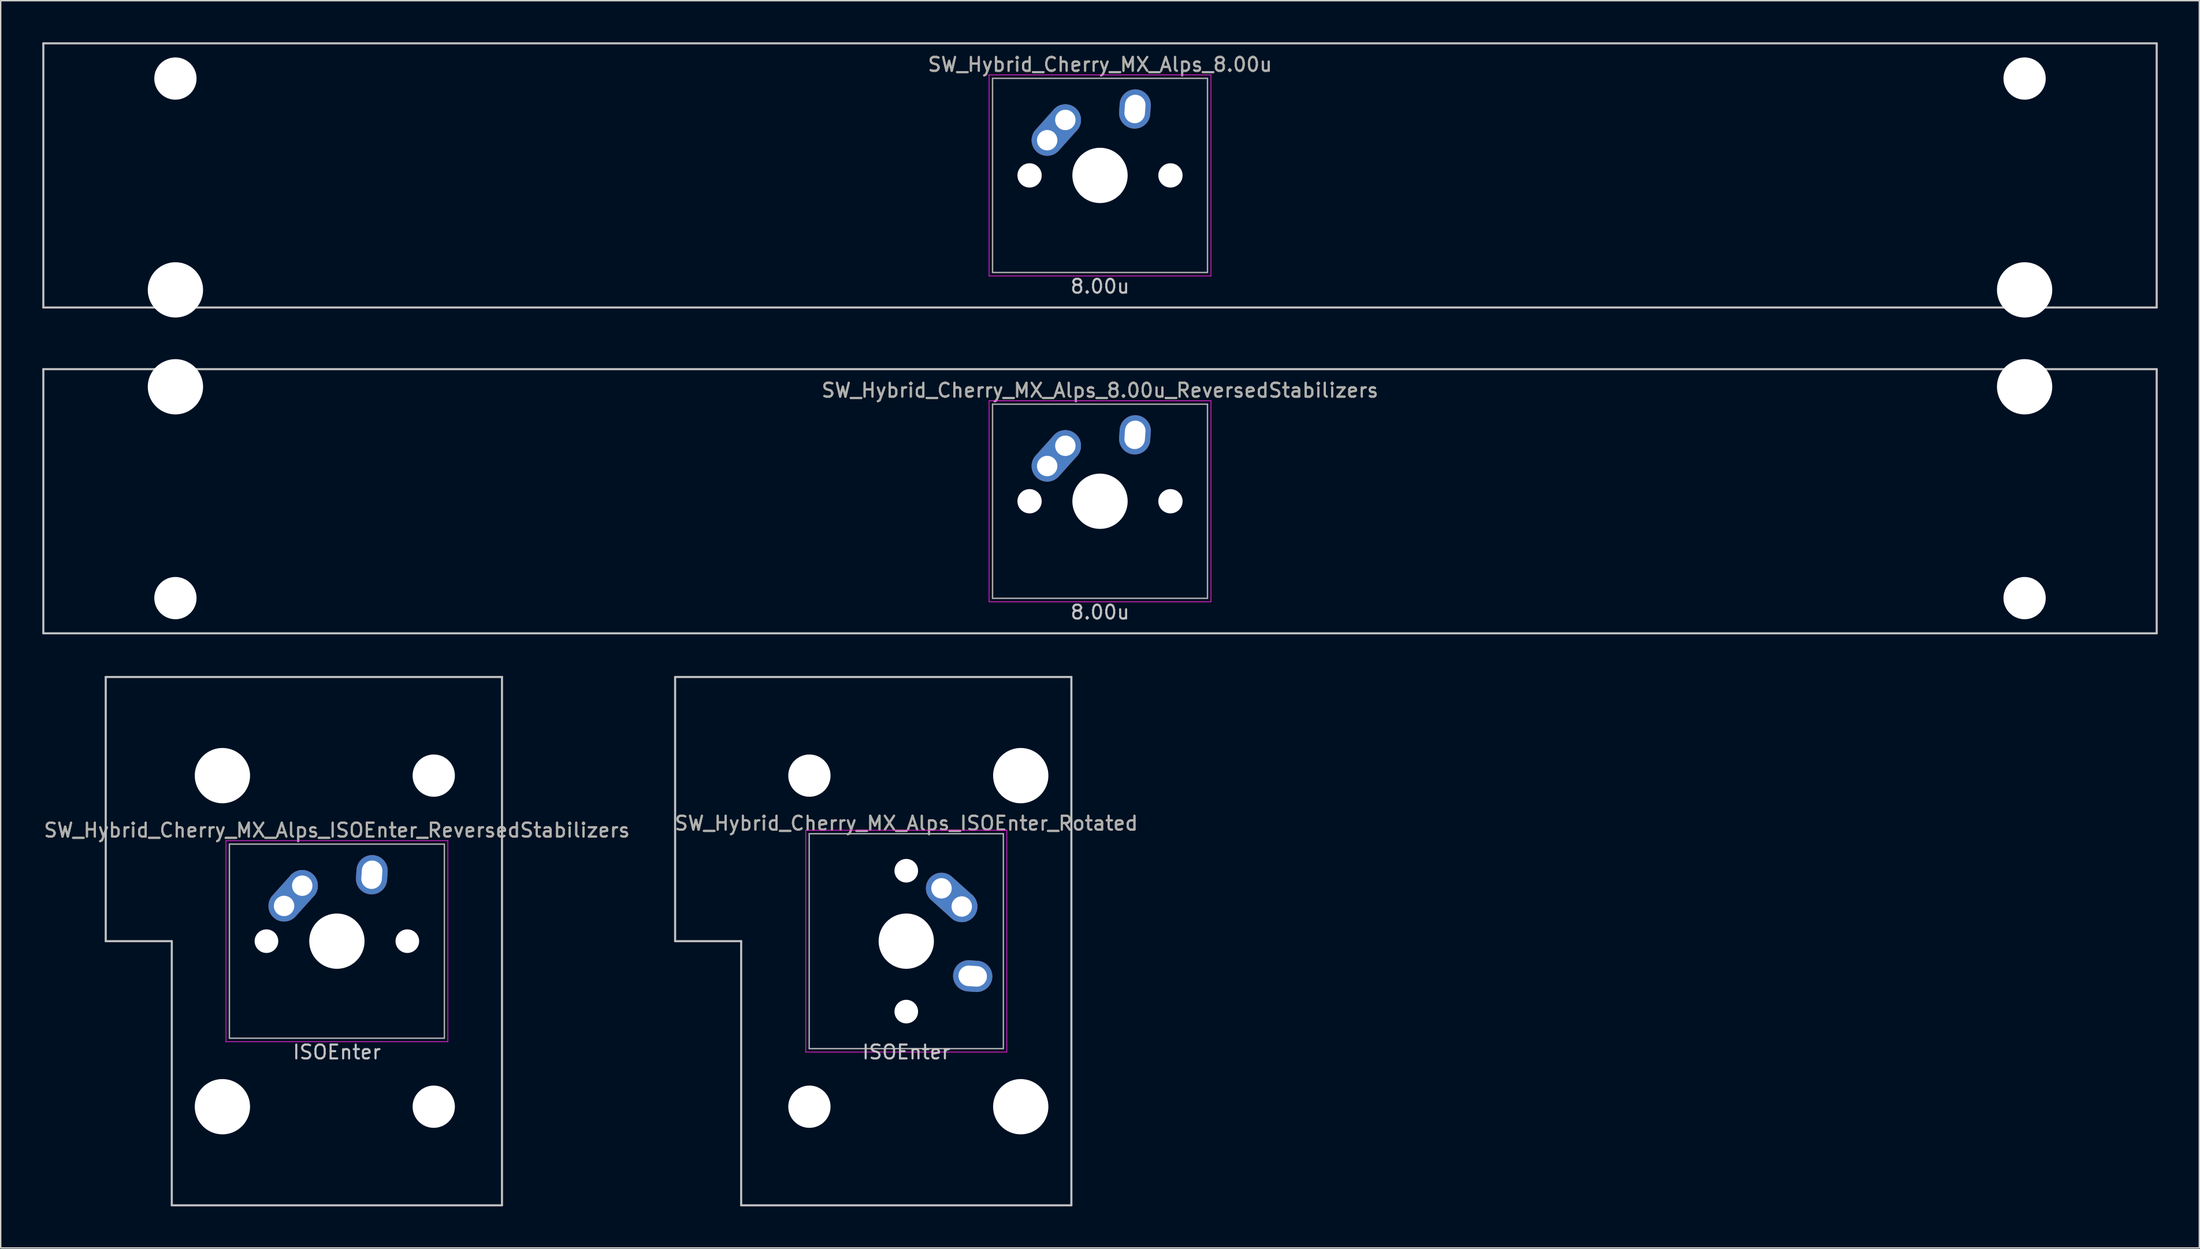
<source format=kicad_pcb>
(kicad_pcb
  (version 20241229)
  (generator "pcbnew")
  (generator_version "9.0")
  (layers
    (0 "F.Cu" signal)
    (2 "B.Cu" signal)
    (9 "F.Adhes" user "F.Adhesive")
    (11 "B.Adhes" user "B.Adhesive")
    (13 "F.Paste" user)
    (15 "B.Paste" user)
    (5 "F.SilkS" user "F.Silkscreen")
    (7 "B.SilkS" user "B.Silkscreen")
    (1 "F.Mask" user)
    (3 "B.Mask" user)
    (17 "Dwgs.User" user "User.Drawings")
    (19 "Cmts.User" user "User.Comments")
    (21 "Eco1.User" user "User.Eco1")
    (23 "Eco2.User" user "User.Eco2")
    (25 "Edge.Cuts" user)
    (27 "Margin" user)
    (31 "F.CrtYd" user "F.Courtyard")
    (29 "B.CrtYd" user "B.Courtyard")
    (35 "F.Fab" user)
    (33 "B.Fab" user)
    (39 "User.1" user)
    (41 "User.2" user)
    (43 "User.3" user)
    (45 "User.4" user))
  (footprint "SW_Hybrid_Cherry_MX_Alps_8.00u"
    (layer "F.Cu")
    (at 76.275 9.6)
    (property "Reference" "SW_Hybrid_Cherry_MX_Alps_8.00u" (at 0 -8 0) (layer "F.SilkS") (effects (font (size 1 1) (thickness 0.15))))
    (attr through_hole)
    (fp_line (start -76.2 -9.525) (end 76.2 -9.525) (stroke (width 0.15) (type solid)) (layer "Dwgs.User"))
    (fp_line (start -76.2 9.525) (end -76.2 -9.525) (stroke (width 0.15) (type solid)) (layer "Dwgs.User"))
    (fp_line (start -76.2 9.525) (end 76.2 9.525) (stroke (width 0.15) (type solid)) (layer "Dwgs.User"))
    (fp_line (start 76.2 -9.525) (end 76.2 9.525) (stroke (width 0.15) (type solid)) (layer "Dwgs.User"))
    (fp_line (start -8 -7.25) (end 8 -7.25) (stroke (width 0.05) (type solid)) (layer "F.CrtYd"))
    (fp_line (start -8 7.25) (end -8 -7.25) (stroke (width 0.05) (type solid)) (layer "F.CrtYd"))
    (fp_line (start 8 -7.25) (end 8 7.25) (stroke (width 0.05) (type solid)) (layer "F.CrtYd"))
    (fp_line (start 8 7.25) (end -8 7.25) (stroke (width 0.05) (type solid)) (layer "F.CrtYd"))
    (fp_line (start -7.75 -7) (end 7.75 -7) (stroke (width 0.1) (type solid)) (layer "F.Fab"))
    (fp_line (start -7.75 7) (end -7.75 -7) (stroke (width 0.1) (type solid)) (layer "F.Fab"))
    (fp_line (start 7.75 -7) (end 7.75 7) (stroke (width 0.1) (type solid)) (layer "F.Fab"))
    (fp_line (start 7.75 7) (end -7.75 7) (stroke (width 0.1) (type solid)) (layer "F.Fab"))
    (fp_text user "8.00u" (at 0 8 0) (layer "Dwgs.User") (effects (font (size 1 1) (thickness 0.15))))
    (fp_text user "${REFERENCE}" (at 0 -8 0) (layer "F.Fab") (effects (font (size 1 1) (thickness 0.15))))
    (pad "" np_thru_hole circle (at -66.675 -6.985) (size 3.048 3.048) (drill 3.048) (layers "*.Cu" "*.Mask"))
    (pad "" np_thru_hole circle (at -66.675 8.255) (size 3.988 3.988) (drill 3.988) (layers "*.Cu" "*.Mask"))
    (pad "" np_thru_hole circle (at -5.08 0 48.1) (size 1.75 1.75) (drill 1.75) (layers "*.Cu" "*.Mask"))
    (pad "" np_thru_hole circle (at 0 0) (size 3.988 3.988) (drill 3.988) (layers "*.Cu" "*.Mask"))
    (pad "" np_thru_hole circle (at 5.08 0 48.1) (size 1.75 1.75) (drill 1.75) (layers "*.Cu" "*.Mask"))
    (pad "" np_thru_hole circle (at 66.675 -6.985) (size 3.048 3.048) (drill 3.048) (layers "*.Cu" "*.Mask"))
    (pad "" np_thru_hole circle (at 66.675 8.255) (size 3.988 3.988) (drill 3.988) (layers "*.Cu" "*.Mask"))
    (pad "1" thru_hole oval (at -3.81 -2.54 48.1) (size 4.212 2.25) (drill 1.47 (offset 0.981 0)) (layers "*.Cu" "B.Mask"))
    (pad "1" thru_hole circle (at -2.5 -4) (size 2.25 2.25) (drill 1.47) (layers "*.Cu" "B.Mask"))
    (pad "2" thru_hole oval (at 2.52 -4.79 86) (size 2.831 2.25) (drill oval 2.051 1.48) (layers "*.Cu" "B.Mask")))
  (footprint "SW_Hybrid_Cherry_MX_Alps_ISOEnter_ReversedStabilizers"
    (layer "F.Cu")
    (at 21.244 64.823)
    (property "Reference" "SW_Hybrid_Cherry_MX_Alps_ISOEnter_ReversedStabilizers" (at 0 -8 0) (layer "F.SilkS") (effects (font (size 1 1) (thickness 0.15))))
    (attr through_hole)
    (fp_line (start -16.669 -19.05) (end -16.669 0) (stroke (width 0.15) (type solid)) (layer "Dwgs.User"))
    (fp_line (start -16.669 -19.05) (end 11.906 -19.05) (stroke (width 0.15) (type solid)) (layer "Dwgs.User"))
    (fp_line (start -11.906 0) (end -16.669 0) (stroke (width 0.15) (type solid)) (layer "Dwgs.User"))
    (fp_line (start -11.906 19.05) (end -11.906 0) (stroke (width 0.15) (type solid)) (layer "Dwgs.User"))
    (fp_line (start -11.906 19.05) (end 11.906 19.05) (stroke (width 0.15) (type solid)) (layer "Dwgs.User"))
    (fp_line (start 11.906 -19.05) (end 11.906 19.05) (stroke (width 0.15) (type solid)) (layer "Dwgs.User"))
    (fp_line (start -8 -7.25) (end 8 -7.25) (stroke (width 0.05) (type solid)) (layer "F.CrtYd"))
    (fp_line (start -8 7.25) (end -8 -7.25) (stroke (width 0.05) (type solid)) (layer "F.CrtYd"))
    (fp_line (start 8 -7.25) (end 8 7.25) (stroke (width 0.05) (type solid)) (layer "F.CrtYd"))
    (fp_line (start 8 7.25) (end -8 7.25) (stroke (width 0.05) (type solid)) (layer "F.CrtYd"))
    (fp_line (start -7.75 -7) (end 7.75 -7) (stroke (width 0.1) (type solid)) (layer "F.Fab"))
    (fp_line (start -7.75 7) (end -7.75 -7) (stroke (width 0.1) (type solid)) (layer "F.Fab"))
    (fp_line (start 7.75 -7) (end 7.75 7) (stroke (width 0.1) (type solid)) (layer "F.Fab"))
    (fp_line (start 7.75 7) (end -7.75 7) (stroke (width 0.1) (type solid)) (layer "F.Fab"))
    (fp_text user "ISOEnter" (at 0 8 0) (layer "Dwgs.User") (effects (font (size 1 1) (thickness 0.15))))
    (fp_text user "${REFERENCE}" (at 0 -8 0) (layer "F.Fab") (effects (font (size 1 1) (thickness 0.15))))
    (pad "" np_thru_hole circle (at -8.255 -11.938) (size 3.988 3.988) (drill 3.988) (layers "*.Cu" "*.Mask"))
    (pad "" np_thru_hole circle (at -8.255 11.938) (size 3.988 3.988) (drill 3.988) (layers "*.Cu" "*.Mask"))
    (pad "" np_thru_hole circle (at -5.08 0 138.1) (size 1.702 1.702) (drill 1.702) (layers "*.Cu" "*.Mask"))
    (pad "" np_thru_hole circle (at 0 0) (size 3.988 3.988) (drill 3.988) (layers "*.Cu" "*.Mask"))
    (pad "" np_thru_hole circle (at 5.08 0 138.1) (size 1.702 1.702) (drill 1.702) (layers "*.Cu" "*.Mask"))
    (pad "" np_thru_hole circle (at 6.985 -11.938) (size 3.048 3.048) (drill 3.048) (layers "*.Cu" "*.Mask"))
    (pad "" np_thru_hole circle (at 6.985 11.938) (size 3.048 3.048) (drill 3.048) (layers "*.Cu" "*.Mask"))
    (pad "1" thru_hole oval (at -3.81 -2.54 48.1) (size 4.212 2.25) (drill 1.47 (offset 0.981 0)) (layers "*.Cu" "B.Mask"))
    (pad "1" thru_hole circle (at -2.5 -4) (size 2.25 2.25) (drill 1.47) (layers "*.Cu" "B.Mask"))
    (pad "2" thru_hole oval (at 2.52 -4.79 86) (size 2.831 2.25) (drill oval 2.051 1.48) (layers "*.Cu" "B.Mask")))
  (footprint "SW_Hybrid_Cherry_MX_Alps_8.00u_ReversedStabilizers"
    (layer "F.Cu")
    (at 76.275 33.098)
    (property "Reference" "SW_Hybrid_Cherry_MX_Alps_8.00u_ReversedStabilizers" (at 0 -8 0) (layer "F.SilkS") (effects (font (size 1 1) (thickness 0.15))))
    (attr through_hole)
    (fp_line (start -76.2 -9.525) (end 76.2 -9.525) (stroke (width 0.15) (type solid)) (layer "Dwgs.User"))
    (fp_line (start -76.2 9.525) (end -76.2 -9.525) (stroke (width 0.15) (type solid)) (layer "Dwgs.User"))
    (fp_line (start -76.2 9.525) (end 76.2 9.525) (stroke (width 0.15) (type solid)) (layer "Dwgs.User"))
    (fp_line (start 76.2 -9.525) (end 76.2 9.525) (stroke (width 0.15) (type solid)) (layer "Dwgs.User"))
    (fp_line (start -8 -7.25) (end 8 -7.25) (stroke (width 0.05) (type solid)) (layer "F.CrtYd"))
    (fp_line (start -8 7.25) (end -8 -7.25) (stroke (width 0.05) (type solid)) (layer "F.CrtYd"))
    (fp_line (start 8 -7.25) (end 8 7.25) (stroke (width 0.05) (type solid)) (layer "F.CrtYd"))
    (fp_line (start 8 7.25) (end -8 7.25) (stroke (width 0.05) (type solid)) (layer "F.CrtYd"))
    (fp_line (start -7.75 -7) (end 7.75 -7) (stroke (width 0.1) (type solid)) (layer "F.Fab"))
    (fp_line (start -7.75 7) (end -7.75 -7) (stroke (width 0.1) (type solid)) (layer "F.Fab"))
    (fp_line (start 7.75 -7) (end 7.75 7) (stroke (width 0.1) (type solid)) (layer "F.Fab"))
    (fp_line (start 7.75 7) (end -7.75 7) (stroke (width 0.1) (type solid)) (layer "F.Fab"))
    (fp_text user "8.00u" (at 0 8 0) (layer "Dwgs.User") (effects (font (size 1 1) (thickness 0.15))))
    (fp_text user "${REFERENCE}" (at 0 -8 0) (layer "F.Fab") (effects (font (size 1 1) (thickness 0.15))))
    (pad "" np_thru_hole circle (at -66.675 -8.255) (size 3.988 3.988) (drill 3.988) (layers "*.Cu" "*.Mask"))
    (pad "" np_thru_hole circle (at -66.675 6.985) (size 3.048 3.048) (drill 3.048) (layers "*.Cu" "*.Mask"))
    (pad "" np_thru_hole circle (at -5.08 0 48.1) (size 1.75 1.75) (drill 1.75) (layers "*.Cu" "*.Mask"))
    (pad "" np_thru_hole circle (at 0 0) (size 3.988 3.988) (drill 3.988) (layers "*.Cu" "*.Mask"))
    (pad "" np_thru_hole circle (at 5.08 0 48.1) (size 1.75 1.75) (drill 1.75) (layers "*.Cu" "*.Mask"))
    (pad "" np_thru_hole circle (at 66.675 -8.255) (size 3.988 3.988) (drill 3.988) (layers "*.Cu" "*.Mask"))
    (pad "" np_thru_hole circle (at 66.675 6.985) (size 3.048 3.048) (drill 3.048) (layers "*.Cu" "*.Mask"))
    (pad "1" thru_hole oval (at -3.81 -2.54 48.1) (size 4.212 2.25) (drill 1.47 (offset 0.981 0)) (layers "*.Cu" "B.Mask"))
    (pad "1" thru_hole circle (at -2.5 -4) (size 2.25 2.25) (drill 1.47) (layers "*.Cu" "B.Mask"))
    (pad "2" thru_hole oval (at 2.52 -4.79 86) (size 2.831 2.25) (drill oval 2.051 1.48) (layers "*.Cu" "B.Mask")))
  (footprint "SW_Hybrid_Cherry_MX_Alps_ISOEnter_Rotated"
    (layer "F.Cu")
    (at 62.304 64.823)
    (property "Reference" "SW_Hybrid_Cherry_MX_Alps_ISOEnter_Rotated" (at 0 -8.5 0) (layer "F.SilkS") (effects (font (size 1 1) (thickness 0.15))))
    (attr through_hole)
    (fp_line (start -16.669 -19.05) (end -16.669 0) (stroke (width 0.15) (type solid)) (layer "Dwgs.User"))
    (fp_line (start -16.669 -19.05) (end 11.906 -19.05) (stroke (width 0.15) (type solid)) (layer "Dwgs.User"))
    (fp_line (start -11.906 0) (end -16.669 0) (stroke (width 0.15) (type solid)) (layer "Dwgs.User"))
    (fp_line (start -11.906 19.05) (end -11.906 0) (stroke (width 0.15) (type solid)) (layer "Dwgs.User"))
    (fp_line (start -11.906 19.05) (end 11.906 19.05) (stroke (width 0.15) (type solid)) (layer "Dwgs.User"))
    (fp_line (start 11.906 -19.05) (end 11.906 19.05) (stroke (width 0.15) (type solid)) (layer "Dwgs.User"))
    (fp_line (start -7.25 -8) (end 7.25 -8) (stroke (width 0.05) (type solid)) (layer "F.CrtYd"))
    (fp_line (start -7.25 8) (end -7.25 -8) (stroke (width 0.05) (type solid)) (layer "F.CrtYd"))
    (fp_line (start 7.25 -8) (end 7.25 8) (stroke (width 0.05) (type solid)) (layer "F.CrtYd"))
    (fp_line (start 7.25 8) (end -7.25 8) (stroke (width 0.05) (type solid)) (layer "F.CrtYd"))
    (fp_line (start -7 -7.75) (end 7 -7.75) (stroke (width 0.1) (type solid)) (layer "F.Fab"))
    (fp_line (start -7 7.75) (end -7 -7.75) (stroke (width 0.1) (type solid)) (layer "F.Fab"))
    (fp_line (start 7 -7.75) (end 7 7.75) (stroke (width 0.1) (type solid)) (layer "F.Fab"))
    (fp_line (start 7 7.75) (end -7 7.75) (stroke (width 0.1) (type solid)) (layer "F.Fab"))
    (fp_text user "ISOEnter" (at 0 8 0) (layer "Dwgs.User") (effects (font (size 1 1) (thickness 0.15))))
    (fp_text user "${REFERENCE}" (at 0 -8.5 0) (layer "F.Fab") (effects (font (size 1 1) (thickness 0.15))))
    (pad "" np_thru_hole circle (at -6.985 -11.938) (size 3.048 3.048) (drill 3.048) (layers "*.Cu" "*.Mask"))
    (pad "" np_thru_hole circle (at -6.985 11.938) (size 3.048 3.048) (drill 3.048) (layers "*.Cu" "*.Mask"))
    (pad "" np_thru_hole circle (at 0 -5.08 48.1) (size 1.702 1.702) (drill 1.702) (layers "*.Cu" "*.Mask"))
    (pad "" np_thru_hole circle (at 0 0 270) (size 3.988 3.988) (drill 3.988) (layers "*.Cu" "*.Mask"))
    (pad "" np_thru_hole circle (at 0 5.08 48.1) (size 1.702 1.702) (drill 1.702) (layers "*.Cu" "*.Mask"))
    (pad "" np_thru_hole circle (at 8.255 -11.938) (size 3.988 3.988) (drill 3.988) (layers "*.Cu" "*.Mask"))
    (pad "" np_thru_hole circle (at 8.255 11.938) (size 3.988 3.988) (drill 3.988) (layers "*.Cu" "*.Mask"))
    (pad "1" thru_hole oval (at 2.54 -3.81 318.1) (size 4.212 2.25) (drill 1.47 (offset 0.981 0)) (layers "*.Cu" "B.Mask"))
    (pad "1" thru_hole circle (at 4 -2.5 270) (size 2.25 2.25) (drill 1.47) (layers "*.Cu" "B.Mask"))
    (pad "2" thru_hole oval (at 4.79 2.52 356) (size 2.831 2.25) (drill oval 2.051 1.48) (layers "*.Cu" "B.Mask")))
  (gr_rect
    (start -3 -3)
    (end 155.55 86.948)
    (stroke (width 0.1) (type default))
    (fill no)
    (layer "Edge.Cuts")))
</source>
